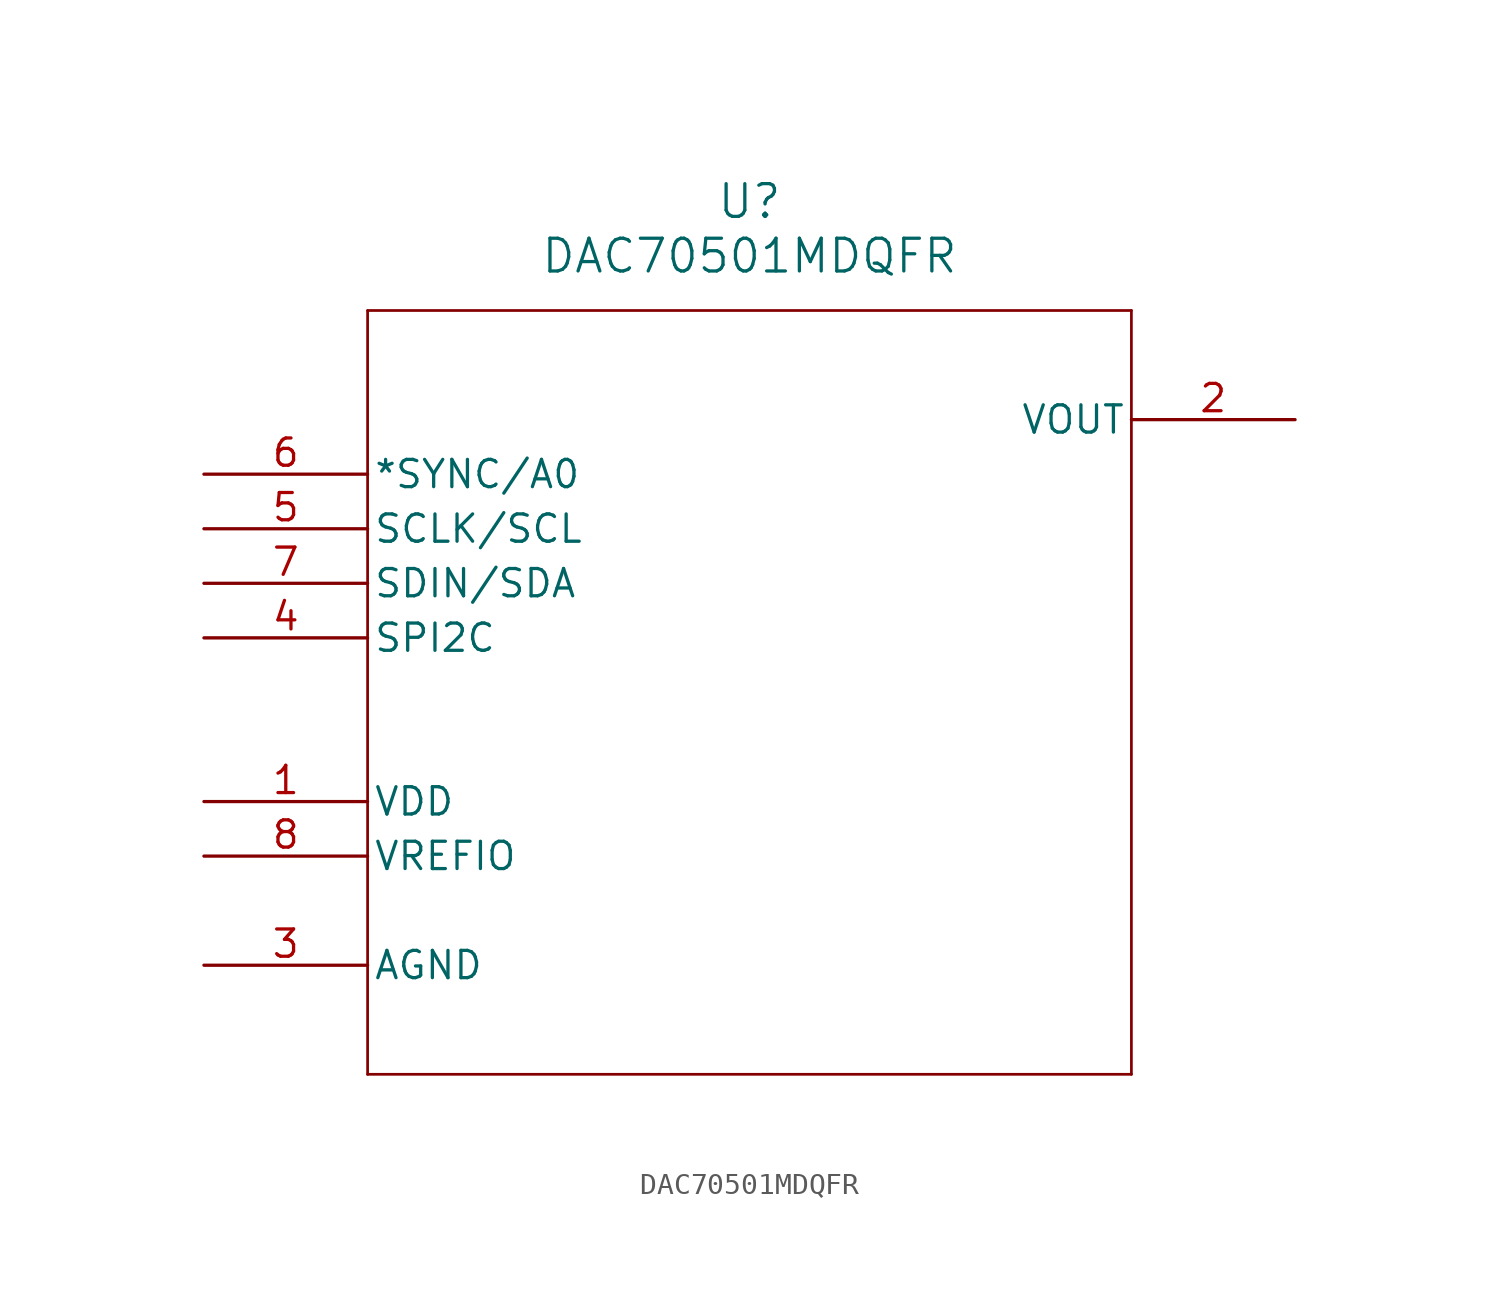
<source format=kicad_sym>
(kicad_symbol_lib
  (version 20211014)
  (generator kicad_symbol_editor)
  (symbol "DAC70501MDQFR"
    (pin_names
      (offset 0.254))
    (property "Reference" "U"
      (at 25.4 12.7 0)
      (effects (font (size 1.524 1.524))))
    (property "Value" "DAC70501MDQFR"
      (at 25.4 10.16 0)
      (effects (font (size 1.524 1.524))))
    (symbol "DAC70501MDQFR_0_1"
      (polyline (pts (xy 7.62 7.62) (xy 7.62 -27.94)) (stroke (width 0.127) (type default) (color 0 0 0 0)) (fill (type none)))
      (polyline (pts (xy 7.62 -27.94) (xy 43.18 -27.94)) (stroke (width 0.127) (type default) (color 0 0 0 0)) (fill (type none)))
      (polyline (pts (xy 43.18 -27.94) (xy 43.18 7.62)) (stroke (width 0.127) (type default) (color 0 0 0 0)) (fill (type none)))
      (polyline (pts (xy 43.18 7.62) (xy 7.62 7.62)) (stroke (width 0.127) (type default) (color 0 0 0 0)) (fill (type none)))
      (pin power_in line (at 0 -15.24 0) (length 7.62) (name "VDD" (effects (font (size 1.27 1.27)))) (number "1" (effects (font (size 1.27 1.27)))))
      (pin output line (at 50.8 2.54 180) (length 7.62) (name "VOUT" (effects (font (size 1.27 1.27)))) (number "2" (effects (font (size 1.27 1.27)))))
      (pin power_out line (at 0 -22.86 0) (length 7.62) (name "AGND" (effects (font (size 1.27 1.27)))) (number "3" (effects (font (size 1.27 1.27)))))
      (pin unspecified line (at 0 -7.62 0) (length 7.62) (name "SPI2C" (effects (font (size 1.27 1.27)))) (number "4" (effects (font (size 1.27 1.27)))))
      (pin unspecified line (at 0 -2.54 0) (length 7.62) (name "SCLK/SCL" (effects (font (size 1.27 1.27)))) (number "5" (effects (font (size 1.27 1.27)))))
      (pin unspecified line (at 0 0 0) (length 7.62) (name "*SYNC/A0" (effects (font (size 1.27 1.27)))) (number "6" (effects (font (size 1.27 1.27)))))
      (pin unspecified line (at 0 -5.08 0) (length 7.62) (name "SDIN/SDA" (effects (font (size 1.27 1.27)))) (number "7" (effects (font (size 1.27 1.27)))))
      (pin power_in line (at 0 -17.78 0) (length 7.62) (name "VREFIO" (effects (font (size 1.27 1.27)))) (number "8" (effects (font (size 1.27 1.27))))))))
</source>
